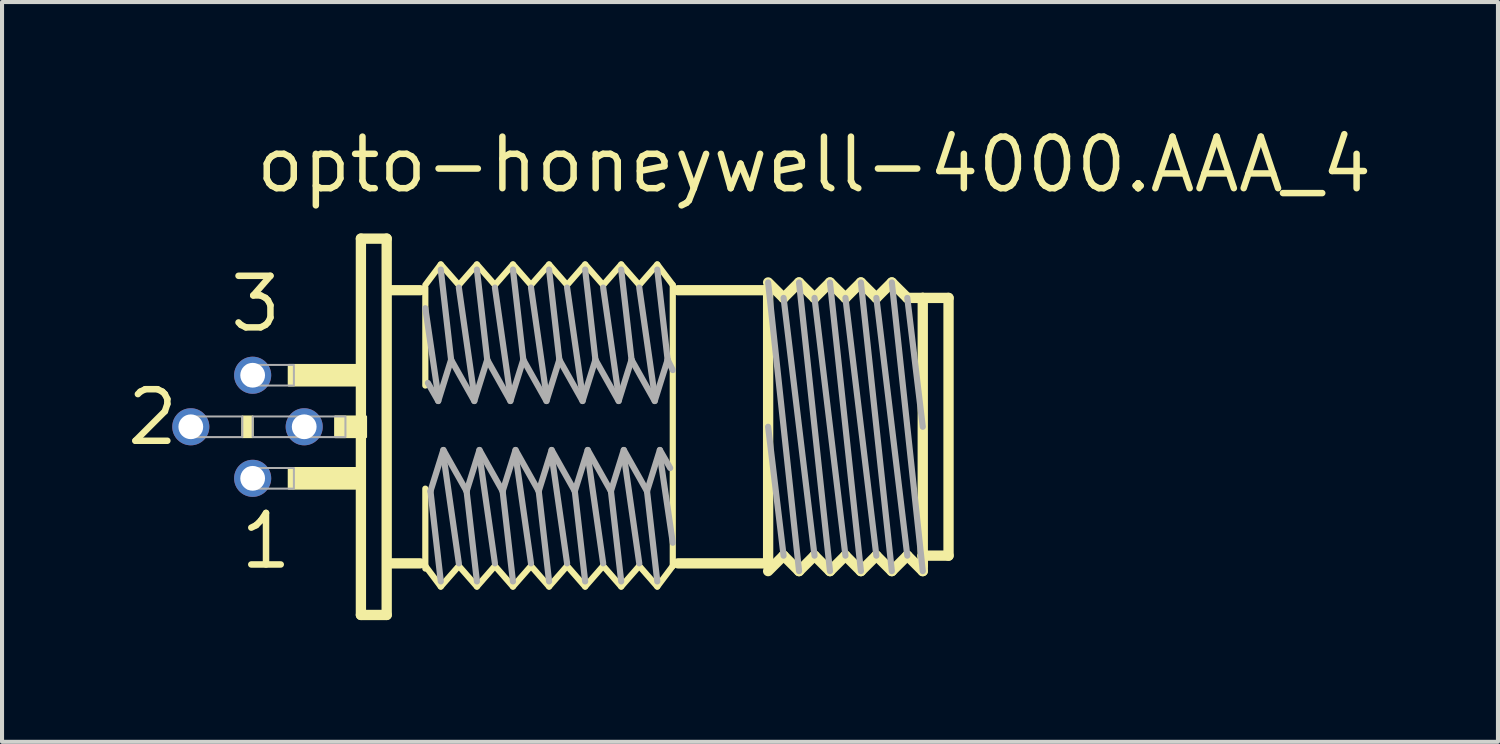
<source format=kicad_pcb>
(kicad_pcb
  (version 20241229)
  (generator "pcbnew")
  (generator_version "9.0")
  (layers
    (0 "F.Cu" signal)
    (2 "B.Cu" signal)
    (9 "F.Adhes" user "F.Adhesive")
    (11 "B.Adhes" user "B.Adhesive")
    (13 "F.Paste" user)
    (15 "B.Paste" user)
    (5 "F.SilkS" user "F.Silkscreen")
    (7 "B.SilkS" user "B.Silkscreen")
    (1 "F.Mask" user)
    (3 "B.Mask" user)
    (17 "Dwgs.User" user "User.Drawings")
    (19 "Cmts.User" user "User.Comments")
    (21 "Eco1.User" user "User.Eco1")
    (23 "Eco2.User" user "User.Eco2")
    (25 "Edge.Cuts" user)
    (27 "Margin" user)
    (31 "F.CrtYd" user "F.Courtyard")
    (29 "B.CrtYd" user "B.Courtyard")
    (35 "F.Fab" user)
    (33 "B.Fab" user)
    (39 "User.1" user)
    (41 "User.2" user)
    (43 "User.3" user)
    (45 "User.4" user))
  (footprint "opto-honeywell-4000.AAA_4"
    (layer "F.Cu")
    (at 5.715 7.465)
    (property "Reference" "opto-honeywell-4000.AAA_4" (at -2.54 -5.715 0) (layer "F.SilkS") (effects (font (size 1.27 1.27) (thickness 0.16)) (justify left bottom)))
    (attr through_hole)
    (fp_line (start 0.127 -4.636) (end 0.762 -4.636) (stroke (width 0.254) (type default)) (layer "F.SilkS"))
    (fp_line (start 0.127 4.636) (end 0.127 -4.636) (stroke (width 0.254) (type default)) (layer "F.SilkS"))
    (fp_line (start 0.762 -4.636) (end 0.762 4.636) (stroke (width 0.254) (type default)) (layer "F.SilkS"))
    (fp_line (start 0.762 4.636) (end 0.127 4.636) (stroke (width 0.254) (type default)) (layer "F.SilkS"))
    (fp_line (start 0.889 -3.365) (end 1.587 -3.365) (stroke (width 0.254) (type default)) (layer "F.SilkS"))
    (fp_line (start 0.889 3.365) (end 1.587 3.365) (stroke (width 0.254) (type default)) (layer "F.SilkS"))
    (fp_line (start 1.714 -3.493) (end 2.095 -4) (stroke (width 0.152) (type default)) (layer "F.SilkS"))
    (fp_line (start 1.714 -1.016) (end 1.714 -3.429) (stroke (width 0.152) (type default)) (layer "F.SilkS"))
    (fp_line (start 1.714 3.429) (end 1.714 1.524) (stroke (width 0.152) (type default)) (layer "F.SilkS"))
    (fp_line (start 1.714 3.493) (end 1.714 3.429) (stroke (width 0.152) (type default)) (layer "F.SilkS"))
    (fp_line (start 2.095 -4) (end 2.54 -3.493) (stroke (width 0.152) (type default)) (layer "F.SilkS"))
    (fp_line (start 2.095 3.937) (end 1.714 3.429) (stroke (width 0.152) (type default)) (layer "F.SilkS"))
    (fp_line (start 2.54 -3.493) (end 2.985 -4) (stroke (width 0.152) (type default)) (layer "F.SilkS"))
    (fp_line (start 2.54 3.429) (end 2.095 3.937) (stroke (width 0.152) (type default)) (layer "F.SilkS"))
    (fp_line (start 2.985 -4) (end 3.429 -3.493) (stroke (width 0.152) (type default)) (layer "F.SilkS"))
    (fp_line (start 2.985 3.937) (end 2.54 3.429) (stroke (width 0.152) (type default)) (layer "F.SilkS"))
    (fp_line (start 3.429 -3.493) (end 3.873 -4) (stroke (width 0.152) (type default)) (layer "F.SilkS"))
    (fp_line (start 3.429 3.429) (end 2.985 3.937) (stroke (width 0.152) (type default)) (layer "F.SilkS"))
    (fp_line (start 3.873 -4) (end 4.318 -3.493) (stroke (width 0.152) (type default)) (layer "F.SilkS"))
    (fp_line (start 3.873 3.937) (end 3.429 3.429) (stroke (width 0.152) (type default)) (layer "F.SilkS"))
    (fp_line (start 4.318 -3.493) (end 4.763 -4) (stroke (width 0.152) (type default)) (layer "F.SilkS"))
    (fp_line (start 4.318 3.429) (end 3.873 3.937) (stroke (width 0.152) (type default)) (layer "F.SilkS"))
    (fp_line (start 4.763 -4) (end 5.207 -3.493) (stroke (width 0.152) (type default)) (layer "F.SilkS"))
    (fp_line (start 4.763 3.937) (end 4.318 3.429) (stroke (width 0.152) (type default)) (layer "F.SilkS"))
    (fp_line (start 5.207 -3.493) (end 5.652 -4) (stroke (width 0.152) (type default)) (layer "F.SilkS"))
    (fp_line (start 5.207 3.429) (end 4.763 3.937) (stroke (width 0.152) (type default)) (layer "F.SilkS"))
    (fp_line (start 5.652 -4) (end 6.096 -3.493) (stroke (width 0.152) (type default)) (layer "F.SilkS"))
    (fp_line (start 5.652 3.937) (end 5.207 3.429) (stroke (width 0.152) (type default)) (layer "F.SilkS"))
    (fp_line (start 6.096 -3.493) (end 6.54 -4) (stroke (width 0.152) (type default)) (layer "F.SilkS"))
    (fp_line (start 6.096 3.429) (end 5.652 3.937) (stroke (width 0.152) (type default)) (layer "F.SilkS"))
    (fp_line (start 6.54 -4) (end 6.985 -3.493) (stroke (width 0.152) (type default)) (layer "F.SilkS"))
    (fp_line (start 6.54 3.937) (end 6.096 3.429) (stroke (width 0.152) (type default)) (layer "F.SilkS"))
    (fp_line (start 6.985 -3.493) (end 7.429 -4) (stroke (width 0.152) (type default)) (layer "F.SilkS"))
    (fp_line (start 6.985 3.429) (end 6.54 3.937) (stroke (width 0.152) (type default)) (layer "F.SilkS"))
    (fp_line (start 7.429 -4) (end 7.811 -3.493) (stroke (width 0.152) (type default)) (layer "F.SilkS"))
    (fp_line (start 7.429 3.937) (end 6.985 3.429) (stroke (width 0.152) (type default)) (layer "F.SilkS"))
    (fp_line (start 7.811 -3.493) (end 7.811 3.429) (stroke (width 0.152) (type default)) (layer "F.SilkS"))
    (fp_line (start 7.811 3.429) (end 7.429 3.937) (stroke (width 0.152) (type default)) (layer "F.SilkS"))
    (fp_line (start 7.938 -3.365) (end 10.16 -3.365) (stroke (width 0.254) (type default)) (layer "F.SilkS"))
    (fp_line (start 10.16 -3.556) (end 10.541 -3.175) (stroke (width 0.254) (type default)) (layer "F.SilkS"))
    (fp_line (start 10.16 -3.365) (end 10.16 -3.429) (stroke (width 0.254) (type default)) (layer "F.SilkS"))
    (fp_line (start 10.16 3.365) (end 7.938 3.365) (stroke (width 0.254) (type default)) (layer "F.SilkS"))
    (fp_line (start 10.16 3.365) (end 10.16 -3.365) (stroke (width 0.254) (type default)) (layer "F.SilkS"))
    (fp_line (start 10.16 3.429) (end 10.16 3.365) (stroke (width 0.254) (type default)) (layer "F.SilkS"))
    (fp_line (start 10.541 -3.175) (end 10.922 -3.556) (stroke (width 0.254) (type default)) (layer "F.SilkS"))
    (fp_line (start 10.541 3.175) (end 10.16 3.556) (stroke (width 0.254) (type default)) (layer "F.SilkS"))
    (fp_line (start 10.922 -3.556) (end 11.303 -3.175) (stroke (width 0.254) (type default)) (layer "F.SilkS"))
    (fp_line (start 10.922 3.556) (end 10.541 3.175) (stroke (width 0.254) (type default)) (layer "F.SilkS"))
    (fp_line (start 10.922 3.556) (end 11.303 3.175) (stroke (width 0.254) (type default)) (layer "F.SilkS"))
    (fp_line (start 11.303 -3.175) (end 11.684 -3.556) (stroke (width 0.254) (type default)) (layer "F.SilkS"))
    (fp_line (start 11.303 3.175) (end 11.684 3.556) (stroke (width 0.254) (type default)) (layer "F.SilkS"))
    (fp_line (start 11.684 -3.556) (end 12.065 -3.175) (stroke (width 0.254) (type default)) (layer "F.SilkS"))
    (fp_line (start 12.065 -3.175) (end 12.446 -3.556) (stroke (width 0.254) (type default)) (layer "F.SilkS"))
    (fp_line (start 12.065 3.175) (end 11.684 3.556) (stroke (width 0.254) (type default)) (layer "F.SilkS"))
    (fp_line (start 12.446 -3.556) (end 12.827 -3.175) (stroke (width 0.254) (type default)) (layer "F.SilkS"))
    (fp_line (start 12.446 3.556) (end 12.065 3.175) (stroke (width 0.254) (type default)) (layer "F.SilkS"))
    (fp_line (start 12.827 -3.175) (end 13.208 -3.556) (stroke (width 0.254) (type default)) (layer "F.SilkS"))
    (fp_line (start 12.827 3.175) (end 12.446 3.556) (stroke (width 0.254) (type default)) (layer "F.SilkS"))
    (fp_line (start 13.208 -3.556) (end 13.589 -3.175) (stroke (width 0.254) (type default)) (layer "F.SilkS"))
    (fp_line (start 13.208 3.556) (end 12.827 3.175) (stroke (width 0.254) (type default)) (layer "F.SilkS"))
    (fp_line (start 13.589 -3.175) (end 13.97 -3.175) (stroke (width 0.254) (type default)) (layer "F.SilkS"))
    (fp_line (start 13.589 3.175) (end 13.208 3.556) (stroke (width 0.254) (type default)) (layer "F.SilkS"))
    (fp_line (start 13.97 -3.175) (end 14.605 -3.175) (stroke (width 0.254) (type default)) (layer "F.SilkS"))
    (fp_line (start 13.97 3.175) (end 13.97 -3.175) (stroke (width 0.254) (type default)) (layer "F.SilkS"))
    (fp_line (start 13.97 3.175) (end 13.97 3.556) (stroke (width 0.254) (type default)) (layer "F.SilkS"))
    (fp_line (start 13.97 3.429) (end 13.97 3.175) (stroke (width 0.254) (type default)) (layer "F.SilkS"))
    (fp_line (start 13.97 3.556) (end 13.589 3.175) (stroke (width 0.254) (type default)) (layer "F.SilkS"))
    (fp_line (start 14.605 -3.175) (end 14.605 3.175) (stroke (width 0.254) (type default)) (layer "F.SilkS"))
    (fp_line (start 14.605 3.175) (end 13.97 3.175) (stroke (width 0.254) (type default)) (layer "F.SilkS"))
    (fp_rect (start -2.794 0.254) (end -2.54 -0.254) (stroke (width 0.05) (type default)) (fill yes) (layer "F.SilkS"))
    (fp_rect (start -1.651 -1.016) (end 0 -1.524) (stroke (width 0.05) (type default)) (fill yes) (layer "F.SilkS"))
    (fp_rect (start -1.651 1.524) (end 0 1.016) (stroke (width 0.05) (type default)) (fill yes) (layer "F.SilkS"))
    (fp_rect (start -0.508 0.254) (end 0.254 -0.254) (stroke (width 0.05) (type default)) (fill yes) (layer "F.SilkS"))
    (fp_line (start 1.714 -2.921) (end 2.032 -0.762) (stroke (width 0.152) (type default)) (layer "F.Fab"))
    (fp_line (start 1.778 -1.079) (end 2.032 -0.635) (stroke (width 0.152) (type default)) (layer "F.Fab"))
    (fp_line (start 2.032 -0.635) (end 2.349 -1.651) (stroke (width 0.152) (type default)) (layer "F.Fab"))
    (fp_line (start 2.095 -3.873) (end 2.349 -1.651) (stroke (width 0.152) (type default)) (layer "F.Fab"))
    (fp_line (start 2.095 3.81) (end 1.841 1.587) (stroke (width 0.152) (type default)) (layer "F.Fab"))
    (fp_line (start 2.159 0.572) (end 1.841 1.587) (stroke (width 0.152) (type default)) (layer "F.Fab"))
    (fp_line (start 2.349 -1.651) (end 2.921 -0.635) (stroke (width 0.152) (type default)) (layer "F.Fab"))
    (fp_line (start 2.54 -3.429) (end 2.921 -0.762) (stroke (width 0.152) (type default)) (layer "F.Fab"))
    (fp_line (start 2.54 3.365) (end 2.159 0.699) (stroke (width 0.152) (type default)) (layer "F.Fab"))
    (fp_line (start 2.731 1.587) (end 2.159 0.572) (stroke (width 0.152) (type default)) (layer "F.Fab"))
    (fp_line (start 2.921 -0.635) (end 3.239 -1.651) (stroke (width 0.152) (type default)) (layer "F.Fab"))
    (fp_line (start 2.985 -3.873) (end 3.239 -1.651) (stroke (width 0.152) (type default)) (layer "F.Fab"))
    (fp_line (start 2.985 3.81) (end 2.731 1.587) (stroke (width 0.152) (type default)) (layer "F.Fab"))
    (fp_line (start 3.048 0.572) (end 2.731 1.587) (stroke (width 0.152) (type default)) (layer "F.Fab"))
    (fp_line (start 3.239 -1.651) (end 3.81 -0.635) (stroke (width 0.152) (type default)) (layer "F.Fab"))
    (fp_line (start 3.429 -3.429) (end 3.81 -0.762) (stroke (width 0.152) (type default)) (layer "F.Fab"))
    (fp_line (start 3.429 3.365) (end 3.048 0.699) (stroke (width 0.152) (type default)) (layer "F.Fab"))
    (fp_line (start 3.619 1.587) (end 3.048 0.572) (stroke (width 0.152) (type default)) (layer "F.Fab"))
    (fp_line (start 3.81 -0.635) (end 4.128 -1.651) (stroke (width 0.152) (type default)) (layer "F.Fab"))
    (fp_line (start 3.873 -3.873) (end 4.128 -1.651) (stroke (width 0.152) (type default)) (layer "F.Fab"))
    (fp_line (start 3.873 3.81) (end 3.619 1.587) (stroke (width 0.152) (type default)) (layer "F.Fab"))
    (fp_line (start 3.937 0.572) (end 3.619 1.587) (stroke (width 0.152) (type default)) (layer "F.Fab"))
    (fp_line (start 4.128 -1.651) (end 4.699 -0.635) (stroke (width 0.152) (type default)) (layer "F.Fab"))
    (fp_line (start 4.318 -3.429) (end 4.699 -0.762) (stroke (width 0.152) (type default)) (layer "F.Fab"))
    (fp_line (start 4.318 3.365) (end 3.937 0.699) (stroke (width 0.152) (type default)) (layer "F.Fab"))
    (fp_line (start 4.508 1.587) (end 3.937 0.572) (stroke (width 0.152) (type default)) (layer "F.Fab"))
    (fp_line (start 4.699 -0.635) (end 5.016 -1.651) (stroke (width 0.152) (type default)) (layer "F.Fab"))
    (fp_line (start 4.763 -3.873) (end 5.016 -1.651) (stroke (width 0.152) (type default)) (layer "F.Fab"))
    (fp_line (start 4.763 3.81) (end 4.508 1.587) (stroke (width 0.152) (type default)) (layer "F.Fab"))
    (fp_line (start 4.826 0.572) (end 4.508 1.587) (stroke (width 0.152) (type default)) (layer "F.Fab"))
    (fp_line (start 5.016 -1.651) (end 5.588 -0.635) (stroke (width 0.152) (type default)) (layer "F.Fab"))
    (fp_line (start 5.207 -3.429) (end 5.588 -0.762) (stroke (width 0.152) (type default)) (layer "F.Fab"))
    (fp_line (start 5.207 3.365) (end 4.826 0.699) (stroke (width 0.152) (type default)) (layer "F.Fab"))
    (fp_line (start 5.397 1.587) (end 4.826 0.572) (stroke (width 0.152) (type default)) (layer "F.Fab"))
    (fp_line (start 5.588 -0.635) (end 5.905 -1.651) (stroke (width 0.152) (type default)) (layer "F.Fab"))
    (fp_line (start 5.652 -3.873) (end 5.905 -1.651) (stroke (width 0.152) (type default)) (layer "F.Fab"))
    (fp_line (start 5.652 3.81) (end 5.397 1.587) (stroke (width 0.152) (type default)) (layer "F.Fab"))
    (fp_line (start 5.715 0.572) (end 5.397 1.587) (stroke (width 0.152) (type default)) (layer "F.Fab"))
    (fp_line (start 5.905 -1.651) (end 6.477 -0.635) (stroke (width 0.152) (type default)) (layer "F.Fab"))
    (fp_line (start 6.096 -3.429) (end 6.477 -0.762) (stroke (width 0.152) (type default)) (layer "F.Fab"))
    (fp_line (start 6.096 3.365) (end 5.715 0.699) (stroke (width 0.152) (type default)) (layer "F.Fab"))
    (fp_line (start 6.287 1.587) (end 5.715 0.572) (stroke (width 0.152) (type default)) (layer "F.Fab"))
    (fp_line (start 6.477 -0.635) (end 6.795 -1.651) (stroke (width 0.152) (type default)) (layer "F.Fab"))
    (fp_line (start 6.54 -3.873) (end 6.795 -1.651) (stroke (width 0.152) (type default)) (layer "F.Fab"))
    (fp_line (start 6.54 3.81) (end 6.287 1.587) (stroke (width 0.152) (type default)) (layer "F.Fab"))
    (fp_line (start 6.604 0.572) (end 6.287 1.587) (stroke (width 0.152) (type default)) (layer "F.Fab"))
    (fp_line (start 6.795 -1.651) (end 7.366 -0.635) (stroke (width 0.152) (type default)) (layer "F.Fab"))
    (fp_line (start 6.985 -3.429) (end 7.366 -0.762) (stroke (width 0.152) (type default)) (layer "F.Fab"))
    (fp_line (start 6.985 3.365) (end 6.604 0.699) (stroke (width 0.152) (type default)) (layer "F.Fab"))
    (fp_line (start 7.176 1.587) (end 6.604 0.572) (stroke (width 0.152) (type default)) (layer "F.Fab"))
    (fp_line (start 7.366 -0.635) (end 7.684 -1.651) (stroke (width 0.152) (type default)) (layer "F.Fab"))
    (fp_line (start 7.429 -3.873) (end 7.684 -1.651) (stroke (width 0.152) (type default)) (layer "F.Fab"))
    (fp_line (start 7.429 3.81) (end 7.176 1.587) (stroke (width 0.152) (type default)) (layer "F.Fab"))
    (fp_line (start 7.493 0.572) (end 7.176 1.587) (stroke (width 0.152) (type default)) (layer "F.Fab"))
    (fp_line (start 7.684 -1.651) (end 7.811 -1.397) (stroke (width 0.152) (type default)) (layer "F.Fab"))
    (fp_line (start 7.747 1.016) (end 7.493 0.572) (stroke (width 0.152) (type default)) (layer "F.Fab"))
    (fp_line (start 7.811 2.857) (end 7.493 0.699) (stroke (width 0.152) (type default)) (layer "F.Fab"))
    (fp_line (start 10.16 -3.556) (end 10.922 3.556) (stroke (width 0.152) (type default)) (layer "F.Fab"))
    (fp_line (start 10.541 -3.175) (end 11.303 3.175) (stroke (width 0.152) (type default)) (layer "F.Fab"))
    (fp_line (start 10.541 3.175) (end 10.16 0) (stroke (width 0.152) (type default)) (layer "F.Fab"))
    (fp_line (start 10.922 -3.556) (end 11.684 3.556) (stroke (width 0.152) (type default)) (layer "F.Fab"))
    (fp_line (start 11.303 -3.175) (end 12.065 3.175) (stroke (width 0.152) (type default)) (layer "F.Fab"))
    (fp_line (start 11.684 -3.556) (end 12.446 3.556) (stroke (width 0.152) (type default)) (layer "F.Fab"))
    (fp_line (start 12.065 -3.175) (end 12.827 3.175) (stroke (width 0.152) (type default)) (layer "F.Fab"))
    (fp_line (start 12.446 -3.556) (end 13.208 3.556) (stroke (width 0.152) (type default)) (layer "F.Fab"))
    (fp_line (start 12.827 -3.175) (end 13.589 3.175) (stroke (width 0.152) (type default)) (layer "F.Fab"))
    (fp_line (start 13.208 -3.556) (end 13.97 3.556) (stroke (width 0.152) (type default)) (layer "F.Fab"))
    (fp_line (start 13.97 0) (end 13.589 -3.175) (stroke (width 0.152) (type default)) (layer "F.Fab"))
    (fp_rect (start -3.937 0.254) (end -2.794 -0.254) (stroke (width 0.05) (type default)) (fill no) (layer "F.Fab"))
    (fp_rect (start -2.667 -1.016) (end -1.524 -1.524) (stroke (width 0.05) (type default)) (fill no) (layer "F.Fab"))
    (fp_rect (start -2.667 1.524) (end -1.524 1.016) (stroke (width 0.05) (type default)) (fill no) (layer "F.Fab"))
    (fp_rect (start -2.54 0.254) (end -1.397 -0.254) (stroke (width 0.05) (type default)) (fill no) (layer "F.Fab"))
    (fp_rect (start -1.397 0.254) (end -0.254 -0.254) (stroke (width 0.05) (type default)) (fill no) (layer "F.Fab"))
    (fp_text user "1" (at -2.921 3.556 0) (layer "F.SilkS") (effects (font (size 1.27 1.27) (thickness 0.16)) (justify left bottom)))
    (fp_text user "3" (at -3.175 -2.286 0) (layer "F.SilkS") (effects (font (size 1.27 1.27) (thickness 0.16)) (justify left bottom)))
    (fp_text user "2" (at -5.715 0.508 0) (layer "F.SilkS") (effects (font (size 1.27 1.27) (thickness 0.16)) (justify left bottom)))
    (pad "1" thru_hole circle (at -2.54 1.27) (size 0.914 0.914) (drill 0.61) (layers "*.Cu" "*.Mask"))
    (pad "2" thru_hole circle (at -4.064 0) (size 0.914 0.914) (drill 0.61) (layers "*.Cu" "*.Mask"))
    (pad "3" thru_hole circle (at -2.54 -1.27) (size 0.914 0.914) (drill 0.61) (layers "*.Cu" "*.Mask"))
    (pad "4" thru_hole circle (at -1.27 0) (size 0.914 0.914) (drill 0.61) (layers "*.Cu" "*.Mask")))
  (gr_rect
    (start -3 -3)
    (end 33.857 15.227)
    (stroke (width 0.1) (type default))
    (fill no)
    (layer "Edge.Cuts")))
</source>
